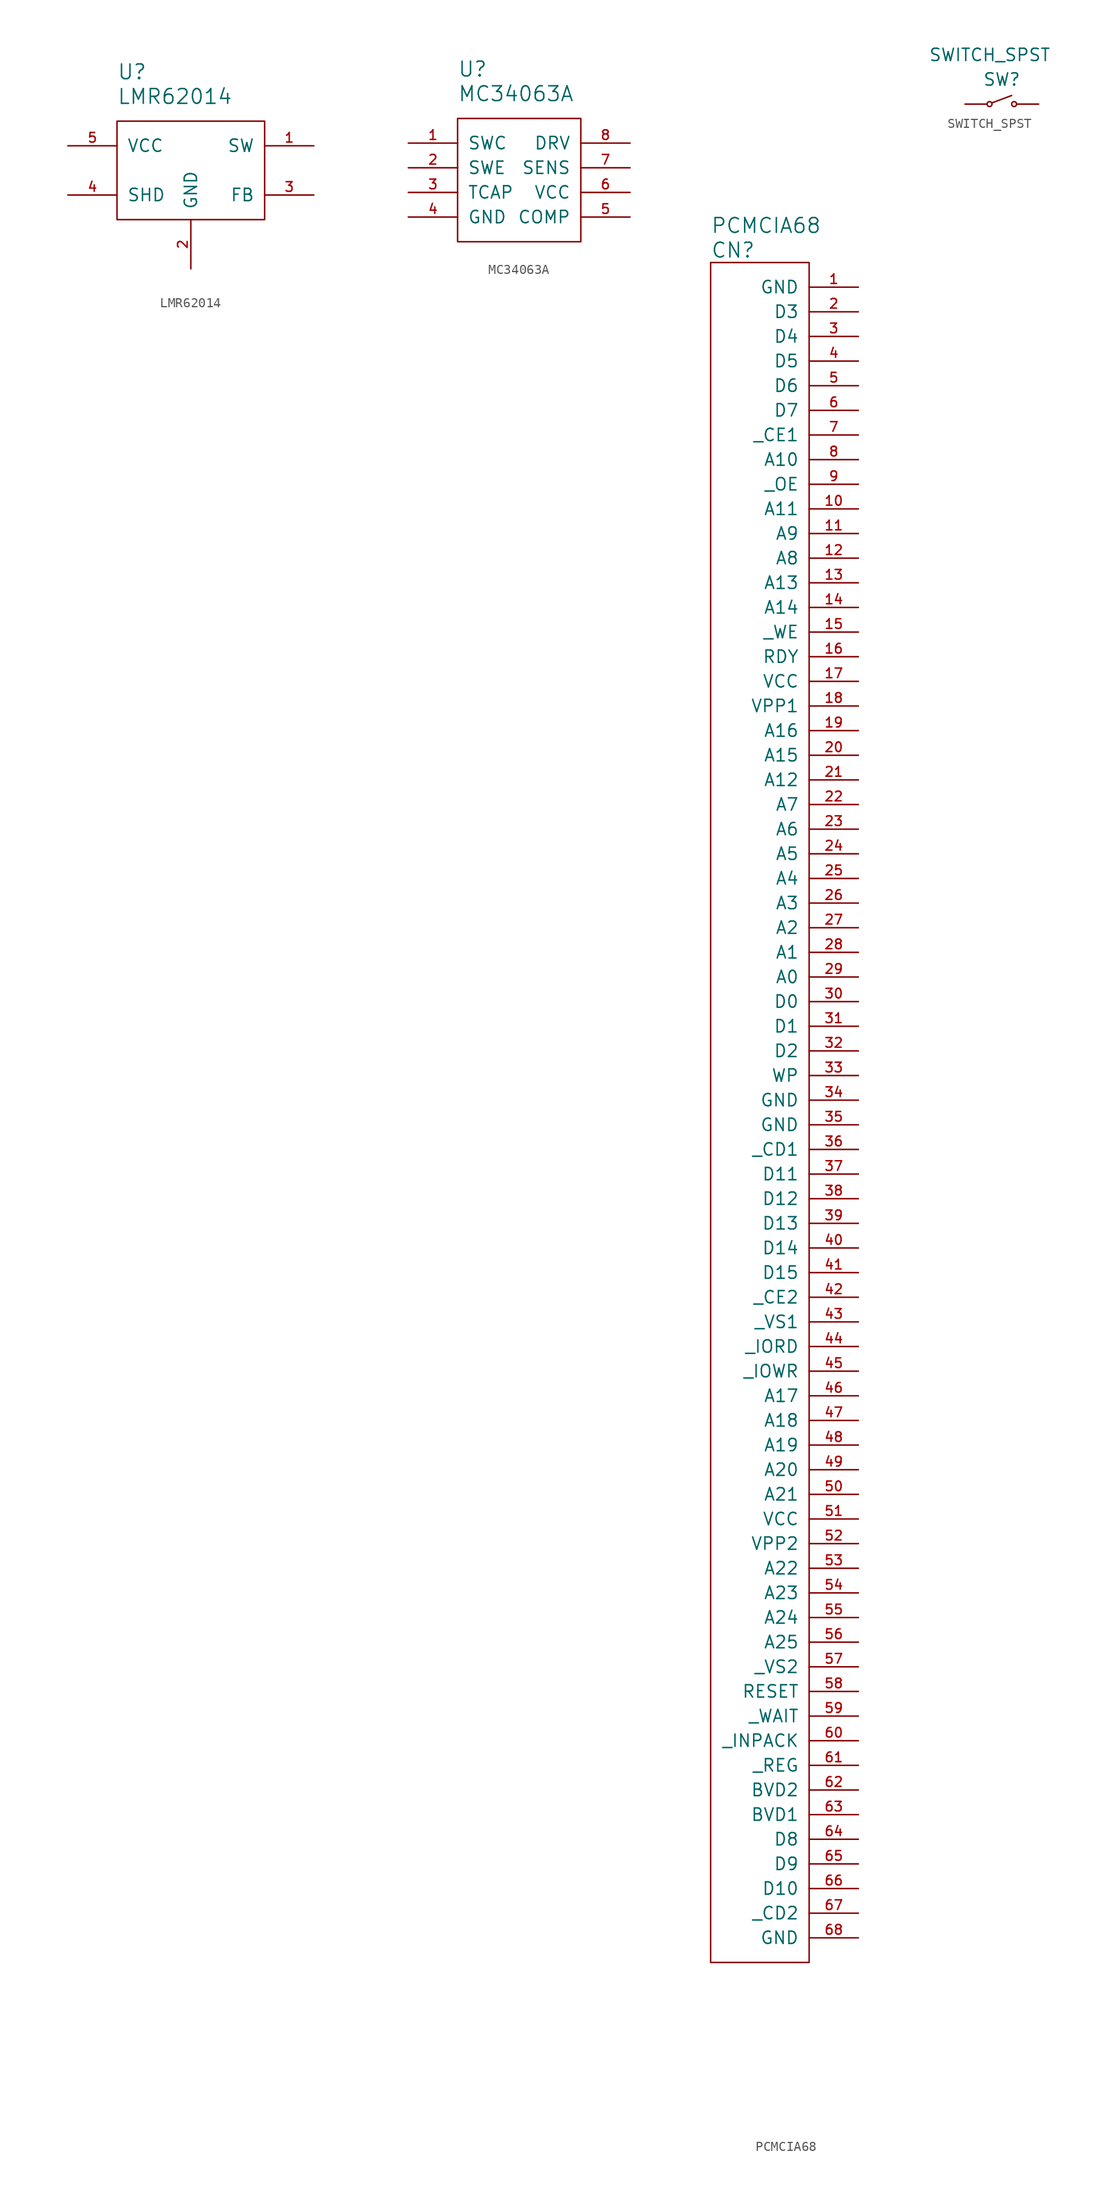
<source format=kicad_sym>
(kicad_symbol_lib
  (version 20211014)
  (generator kicad_symbol_editor)
  (symbol "LMR62014"
    (pin_names
      (offset 1.016))
    (property "Reference" "U"
      (at -7.62 10.16 0)
      (effects (font (size 1.524 1.524)) (justify left)))
    (property "Value" "LMR62014"
      (at -7.62 7.62 0)
      (effects (font (size 1.524 1.524)) (justify left)))
    (property "Footprint" ""
      (at -1.27 -1.27 0)
      (effects (font (size 1.524 1.524))))
    (property "Datasheet" ""
      (at -1.27 -1.27 0)
      (effects (font (size 1.524 1.524))))
    (symbol "LMR62014_0_1"
      (rectangle (start -7.62 5.08) (end 7.62 -5.08) (stroke (width 0) (type default) (color 0 0 0 0)) (fill (type none))))
    (symbol "LMR62014_1_1"
      (pin passive line (at 12.7 2.54 180) (length 5.08) (name "SW" (effects (font (size 1.27 1.27)))) (number "1" (effects (font (size 0.991 0.991)))))
      (pin passive line (at 0 -10.16 90) (length 5.08) (name "GND" (effects (font (size 1.27 1.27)))) (number "2" (effects (font (size 0.991 0.991)))))
      (pin passive line (at 12.7 -2.54 180) (length 5.08) (name "FB" (effects (font (size 1.27 1.27)))) (number "3" (effects (font (size 0.991 0.991)))))
      (pin passive line (at -12.7 -2.54 0) (length 5.08) (name "SHD" (effects (font (size 1.27 1.27)))) (number "4" (effects (font (size 0.991 0.991)))))
      (pin passive line (at -12.7 2.54 0) (length 5.08) (name "VCC" (effects (font (size 1.27 1.27)))) (number "5" (effects (font (size 0.991 0.991)))))))
  (symbol "MC34063A"
    (pin_names
      (offset 1.016))
    (property "Reference" "U"
      (at -6.35 11.43 0)
      (effects (font (size 1.524 1.524)) (justify left)))
    (property "Value" "MC34063A"
      (at -6.35 8.89 0)
      (effects (font (size 1.524 1.524)) (justify left)))
    (property "Footprint" ""
      (at 0 0 0)
      (effects (font (size 1.524 1.524))))
    (property "Datasheet" ""
      (at 0 0 0)
      (effects (font (size 1.524 1.524))))
    (symbol "MC34063A_0_0"
      (rectangle (start -6.35 6.35) (end 6.35 -6.35) (stroke (width 0) (type default) (color 0 0 0 0)) (fill (type none))))
    (symbol "MC34063A_1_1"
      (pin passive line (at -11.43 3.81 0) (length 5.08) (name "SWC" (effects (font (size 1.27 1.27)))) (number "1" (effects (font (size 0.991 0.991)))))
      (pin passive line (at -11.43 1.27 0) (length 5.08) (name "SWE" (effects (font (size 1.27 1.27)))) (number "2" (effects (font (size 0.991 0.991)))))
      (pin passive line (at -11.43 -1.27 0) (length 5.08) (name "TCAP" (effects (font (size 1.27 1.27)))) (number "3" (effects (font (size 0.991 0.991)))))
      (pin passive line (at -11.43 -3.81 0) (length 5.08) (name "GND" (effects (font (size 1.27 1.27)))) (number "4" (effects (font (size 0.991 0.991)))))
      (pin input line (at 11.43 -3.81 180) (length 5.08) (name "COMP" (effects (font (size 1.27 1.27)))) (number "5" (effects (font (size 0.991 0.991)))))
      (pin passive line (at 11.43 -1.27 180) (length 5.08) (name "VCC" (effects (font (size 1.27 1.27)))) (number "6" (effects (font (size 0.991 0.991)))))
      (pin passive line (at 11.43 1.27 180) (length 5.08) (name "SENS" (effects (font (size 1.27 1.27)))) (number "7" (effects (font (size 0.991 0.991)))))
      (pin passive line (at 11.43 3.81 180) (length 5.08) (name "DRV" (effects (font (size 1.27 1.27)))) (number "8" (effects (font (size 0.991 0.991)))))))
  (symbol "PCMCIA68"
    (pin_names
      (offset 1.016))
    (property "Reference" "CN"
      (at -10.16 88.9 0)
      (effects (font (size 1.524 1.524)) (justify left)))
    (property "Value" "PCMCIA68"
      (at -10.16 91.44 0)
      (effects (font (size 1.524 1.524)) (justify left)))
    (property "Footprint" ""
      (at 0 85.09 0)
      (effects (font (size 1.524 1.524))))
    (property "Datasheet" ""
      (at 0 85.09 0)
      (effects (font (size 1.524 1.524))))
    (symbol "PCMCIA68_0_1"
      (rectangle (start 0 -87.63) (end -10.16 87.63) (stroke (width 0) (type default) (color 0 0 0 0)) (fill (type none))))
    (symbol "PCMCIA68_1_1"
      (pin passive line (at 5.08 85.09 180) (length 5.08) (name "GND" (effects (font (size 1.27 1.27)))) (number "1" (effects (font (size 0.991 0.991)))))
      (pin passive line (at 5.08 62.23 180) (length 5.08) (name "A11" (effects (font (size 1.27 1.27)))) (number "10" (effects (font (size 0.991 0.991)))))
      (pin passive line (at 5.08 59.69 180) (length 5.08) (name "A9" (effects (font (size 1.27 1.27)))) (number "11" (effects (font (size 0.991 0.991)))))
      (pin passive line (at 5.08 57.15 180) (length 5.08) (name "A8" (effects (font (size 1.27 1.27)))) (number "12" (effects (font (size 0.991 0.991)))))
      (pin passive line (at 5.08 54.61 180) (length 5.08) (name "A13" (effects (font (size 1.27 1.27)))) (number "13" (effects (font (size 0.991 0.991)))))
      (pin passive line (at 5.08 52.07 180) (length 5.08) (name "A14" (effects (font (size 1.27 1.27)))) (number "14" (effects (font (size 0.991 0.991)))))
      (pin passive line (at 5.08 49.53 180) (length 5.08) (name "_WE" (effects (font (size 1.27 1.27)))) (number "15" (effects (font (size 0.991 0.991)))))
      (pin passive line (at 5.08 46.99 180) (length 5.08) (name "RDY" (effects (font (size 1.27 1.27)))) (number "16" (effects (font (size 0.991 0.991)))))
      (pin passive line (at 5.08 44.45 180) (length 5.08) (name "VCC" (effects (font (size 1.27 1.27)))) (number "17" (effects (font (size 0.991 0.991)))))
      (pin passive line (at 5.08 41.91 180) (length 5.08) (name "VPP1" (effects (font (size 1.27 1.27)))) (number "18" (effects (font (size 0.991 0.991)))))
      (pin passive line (at 5.08 39.37 180) (length 5.08) (name "A16" (effects (font (size 1.27 1.27)))) (number "19" (effects (font (size 0.991 0.991)))))
      (pin passive line (at 5.08 82.55 180) (length 5.08) (name "D3" (effects (font (size 1.27 1.27)))) (number "2" (effects (font (size 0.991 0.991)))))
      (pin passive line (at 5.08 36.83 180) (length 5.08) (name "A15" (effects (font (size 1.27 1.27)))) (number "20" (effects (font (size 0.991 0.991)))))
      (pin passive line (at 5.08 34.29 180) (length 5.08) (name "A12" (effects (font (size 1.27 1.27)))) (number "21" (effects (font (size 0.991 0.991)))))
      (pin passive line (at 5.08 31.75 180) (length 5.08) (name "A7" (effects (font (size 1.27 1.27)))) (number "22" (effects (font (size 0.991 0.991)))))
      (pin passive line (at 5.08 29.21 180) (length 5.08) (name "A6" (effects (font (size 1.27 1.27)))) (number "23" (effects (font (size 0.991 0.991)))))
      (pin passive line (at 5.08 26.67 180) (length 5.08) (name "A5" (effects (font (size 1.27 1.27)))) (number "24" (effects (font (size 0.991 0.991)))))
      (pin passive line (at 5.08 24.13 180) (length 5.08) (name "A4" (effects (font (size 1.27 1.27)))) (number "25" (effects (font (size 0.991 0.991)))))
      (pin passive line (at 5.08 21.59 180) (length 5.08) (name "A3" (effects (font (size 1.27 1.27)))) (number "26" (effects (font (size 0.991 0.991)))))
      (pin passive line (at 5.08 19.05 180) (length 5.08) (name "A2" (effects (font (size 1.27 1.27)))) (number "27" (effects (font (size 0.991 0.991)))))
      (pin passive line (at 5.08 16.51 180) (length 5.08) (name "A1" (effects (font (size 1.27 1.27)))) (number "28" (effects (font (size 0.991 0.991)))))
      (pin passive line (at 5.08 13.97 180) (length 5.08) (name "A0" (effects (font (size 1.27 1.27)))) (number "29" (effects (font (size 0.991 0.991)))))
      (pin passive line (at 5.08 80.01 180) (length 5.08) (name "D4" (effects (font (size 1.27 1.27)))) (number "3" (effects (font (size 0.991 0.991)))))
      (pin passive line (at 5.08 11.43 180) (length 5.08) (name "D0" (effects (font (size 1.27 1.27)))) (number "30" (effects (font (size 0.991 0.991)))))
      (pin passive line (at 5.08 8.89 180) (length 5.08) (name "D1" (effects (font (size 1.27 1.27)))) (number "31" (effects (font (size 0.991 0.991)))))
      (pin passive line (at 5.08 6.35 180) (length 5.08) (name "D2" (effects (font (size 1.27 1.27)))) (number "32" (effects (font (size 0.991 0.991)))))
      (pin passive line (at 5.08 3.81 180) (length 5.08) (name "WP" (effects (font (size 1.27 1.27)))) (number "33" (effects (font (size 0.991 0.991)))))
      (pin passive line (at 5.08 1.27 180) (length 5.08) (name "GND" (effects (font (size 1.27 1.27)))) (number "34" (effects (font (size 0.991 0.991)))))
      (pin passive line (at 5.08 -1.27 180) (length 5.08) (name "GND" (effects (font (size 1.27 1.27)))) (number "35" (effects (font (size 0.991 0.991)))))
      (pin passive line (at 5.08 -3.81 180) (length 5.08) (name "_CD1" (effects (font (size 1.27 1.27)))) (number "36" (effects (font (size 0.991 0.991)))))
      (pin passive line (at 5.08 -6.35 180) (length 5.08) (name "D11" (effects (font (size 1.27 1.27)))) (number "37" (effects (font (size 0.991 0.991)))))
      (pin passive line (at 5.08 -8.89 180) (length 5.08) (name "D12" (effects (font (size 1.27 1.27)))) (number "38" (effects (font (size 0.991 0.991)))))
      (pin passive line (at 5.08 -11.43 180) (length 5.08) (name "D13" (effects (font (size 1.27 1.27)))) (number "39" (effects (font (size 0.991 0.991)))))
      (pin passive line (at 5.08 77.47 180) (length 5.08) (name "D5" (effects (font (size 1.27 1.27)))) (number "4" (effects (font (size 0.991 0.991)))))
      (pin passive line (at 5.08 -13.97 180) (length 5.08) (name "D14" (effects (font (size 1.27 1.27)))) (number "40" (effects (font (size 0.991 0.991)))))
      (pin passive line (at 5.08 -16.51 180) (length 5.08) (name "D15" (effects (font (size 1.27 1.27)))) (number "41" (effects (font (size 0.991 0.991)))))
      (pin passive line (at 5.08 -19.05 180) (length 5.08) (name "_CE2" (effects (font (size 1.27 1.27)))) (number "42" (effects (font (size 0.991 0.991)))))
      (pin passive line (at 5.08 -21.59 180) (length 5.08) (name "_VS1" (effects (font (size 1.27 1.27)))) (number "43" (effects (font (size 0.991 0.991)))))
      (pin passive line (at 5.08 -24.13 180) (length 5.08) (name "_IORD" (effects (font (size 1.27 1.27)))) (number "44" (effects (font (size 0.991 0.991)))))
      (pin passive line (at 5.08 -26.67 180) (length 5.08) (name "_IOWR" (effects (font (size 1.27 1.27)))) (number "45" (effects (font (size 0.991 0.991)))))
      (pin passive line (at 5.08 -29.21 180) (length 5.08) (name "A17" (effects (font (size 1.27 1.27)))) (number "46" (effects (font (size 0.991 0.991)))))
      (pin passive line (at 5.08 -31.75 180) (length 5.08) (name "A18" (effects (font (size 1.27 1.27)))) (number "47" (effects (font (size 0.991 0.991)))))
      (pin passive line (at 5.08 -34.29 180) (length 5.08) (name "A19" (effects (font (size 1.27 1.27)))) (number "48" (effects (font (size 0.991 0.991)))))
      (pin passive line (at 5.08 -36.83 180) (length 5.08) (name "A20" (effects (font (size 1.27 1.27)))) (number "49" (effects (font (size 0.991 0.991)))))
      (pin passive line (at 5.08 74.93 180) (length 5.08) (name "D6" (effects (font (size 1.27 1.27)))) (number "5" (effects (font (size 0.991 0.991)))))
      (pin passive line (at 5.08 -39.37 180) (length 5.08) (name "A21" (effects (font (size 1.27 1.27)))) (number "50" (effects (font (size 0.991 0.991)))))
      (pin passive line (at 5.08 -41.91 180) (length 5.08) (name "VCC" (effects (font (size 1.27 1.27)))) (number "51" (effects (font (size 0.991 0.991)))))
      (pin passive line (at 5.08 -44.45 180) (length 5.08) (name "VPP2" (effects (font (size 1.27 1.27)))) (number "52" (effects (font (size 0.991 0.991)))))
      (pin passive line (at 5.08 -46.99 180) (length 5.08) (name "A22" (effects (font (size 1.27 1.27)))) (number "53" (effects (font (size 0.991 0.991)))))
      (pin passive line (at 5.08 -49.53 180) (length 5.08) (name "A23" (effects (font (size 1.27 1.27)))) (number "54" (effects (font (size 0.991 0.991)))))
      (pin passive line (at 5.08 -52.07 180) (length 5.08) (name "A24" (effects (font (size 1.27 1.27)))) (number "55" (effects (font (size 0.991 0.991)))))
      (pin passive line (at 5.08 -54.61 180) (length 5.08) (name "A25" (effects (font (size 1.27 1.27)))) (number "56" (effects (font (size 0.991 0.991)))))
      (pin passive line (at 5.08 -57.15 180) (length 5.08) (name "_VS2" (effects (font (size 1.27 1.27)))) (number "57" (effects (font (size 0.991 0.991)))))
      (pin passive line (at 5.08 -59.69 180) (length 5.08) (name "RESET" (effects (font (size 1.27 1.27)))) (number "58" (effects (font (size 0.991 0.991)))))
      (pin passive line (at 5.08 -62.23 180) (length 5.08) (name "_WAIT" (effects (font (size 1.27 1.27)))) (number "59" (effects (font (size 0.991 0.991)))))
      (pin passive line (at 5.08 72.39 180) (length 5.08) (name "D7" (effects (font (size 1.27 1.27)))) (number "6" (effects (font (size 0.991 0.991)))))
      (pin passive line (at 5.08 -64.77 180) (length 5.08) (name "_INPACK" (effects (font (size 1.27 1.27)))) (number "60" (effects (font (size 0.991 0.991)))))
      (pin passive line (at 5.08 -67.31 180) (length 5.08) (name "_REG" (effects (font (size 1.27 1.27)))) (number "61" (effects (font (size 0.991 0.991)))))
      (pin passive line (at 5.08 -69.85 180) (length 5.08) (name "BVD2" (effects (font (size 1.27 1.27)))) (number "62" (effects (font (size 0.991 0.991)))))
      (pin passive line (at 5.08 -72.39 180) (length 5.08) (name "BVD1" (effects (font (size 1.27 1.27)))) (number "63" (effects (font (size 0.991 0.991)))))
      (pin passive line (at 5.08 -74.93 180) (length 5.08) (name "D8" (effects (font (size 1.27 1.27)))) (number "64" (effects (font (size 0.991 0.991)))))
      (pin passive line (at 5.08 -77.47 180) (length 5.08) (name "D9" (effects (font (size 1.27 1.27)))) (number "65" (effects (font (size 0.991 0.991)))))
      (pin passive line (at 5.08 -80.01 180) (length 5.08) (name "D10" (effects (font (size 1.27 1.27)))) (number "66" (effects (font (size 0.991 0.991)))))
      (pin passive line (at 5.08 -82.55 180) (length 5.08) (name "_CD2" (effects (font (size 1.27 1.27)))) (number "67" (effects (font (size 0.991 0.991)))))
      (pin passive line (at 5.08 -85.09 180) (length 5.08) (name "GND" (effects (font (size 1.27 1.27)))) (number "68" (effects (font (size 0.991 0.991)))))
      (pin passive line (at 5.08 69.85 180) (length 5.08) (name "_CE1" (effects (font (size 1.27 1.27)))) (number "7" (effects (font (size 0.991 0.991)))))
      (pin passive line (at 5.08 67.31 180) (length 5.08) (name "A10" (effects (font (size 1.27 1.27)))) (number "8" (effects (font (size 0.991 0.991)))))
      (pin passive line (at 5.08 64.77 180) (length 5.08) (name "_OE" (effects (font (size 1.27 1.27)))) (number "9" (effects (font (size 0.991 0.991)))))))
  (symbol "SWITCH_SPST"
    (pin_numbers hide)
    (pin_names
      (offset 1.016) hide)
    (property "Reference" "SW"
      (at 0 2.54 0)
      (effects (font (size 1.27 1.27))))
    (property "Value" "SWITCH_SPST"
      (at 5.08 5.08 0)
      (effects (font (size 1.27 1.27)) (justify right)))
    (property "Footprint" ""
      (at 0 0 0)
      (effects (font (size 1.524 1.524))))
    (property "Datasheet" ""
      (at 0 0 0)
      (effects (font (size 1.524 1.524))))
    (symbol "SWITCH_SPST_0_1"
      (circle (center -1.27 0) (radius 0.254) (stroke (width 0) (type default) (color 0 0 0 0)) (fill (type none)))
      (polyline (pts (xy -1.016 0.127) (xy 1.016 0.889)) (stroke (width 0) (type default) (color 0 0 0 0)) (fill (type none)))
      (circle (center 1.27 0) (radius 0.254) (stroke (width 0) (type default) (color 0 0 0 0)) (fill (type none))))
    (symbol "SWITCH_SPST_1_1"
      (pin passive line (at -3.81 0 0) (length 2.286) (name "1" (effects (font (size 1.27 1.27)))) (number "1" (effects (font (size 1.27 1.27)))))
      (pin passive line (at 3.81 0 180) (length 2.286) (name "2" (effects (font (size 1.27 1.27)))) (number "2" (effects (font (size 1.27 1.27))))))))
</source>
